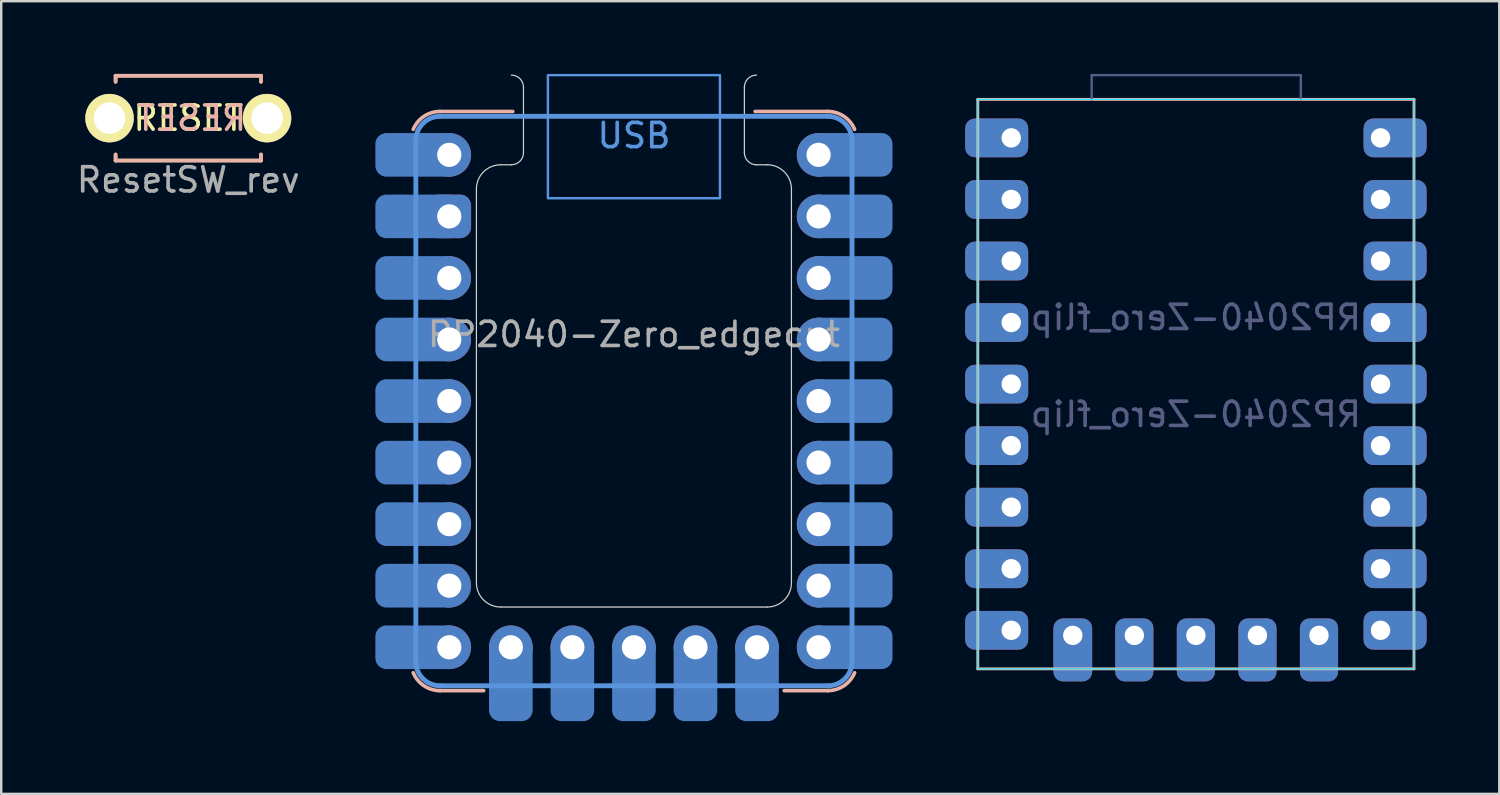
<source format=kicad_pcb>
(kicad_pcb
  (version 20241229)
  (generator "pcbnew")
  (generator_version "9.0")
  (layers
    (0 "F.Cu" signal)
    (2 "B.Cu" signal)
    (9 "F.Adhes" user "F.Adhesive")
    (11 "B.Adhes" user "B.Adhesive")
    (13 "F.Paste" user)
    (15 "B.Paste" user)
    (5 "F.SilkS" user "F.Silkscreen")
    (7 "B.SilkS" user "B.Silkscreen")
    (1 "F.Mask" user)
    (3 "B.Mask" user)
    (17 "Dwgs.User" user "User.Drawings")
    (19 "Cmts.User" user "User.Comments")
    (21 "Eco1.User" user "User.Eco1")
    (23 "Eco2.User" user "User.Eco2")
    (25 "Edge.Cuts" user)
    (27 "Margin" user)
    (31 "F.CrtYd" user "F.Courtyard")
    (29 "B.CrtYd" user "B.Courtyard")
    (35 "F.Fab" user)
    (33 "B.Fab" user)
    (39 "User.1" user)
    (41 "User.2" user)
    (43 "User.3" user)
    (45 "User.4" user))
  (footprint "RP2040-Zero_flip"
    (layer "F.Cu")
    (at 46.3 12.8)
    (property "Reference" "RP2040-Zero_flip" (at 0 -2.75 0) (unlocked yes) (layer "B.Fab") (effects (font (size 1 1) (thickness 0.15)) (justify mirror)))
    (attr through_hole)
    (fp_line (start -9 -11.75) (end 9 -11.75) (stroke (width 0.12) (type solid)) (layer "B.SilkS"))
    (fp_line (start -9 11.75) (end -9 -11.75) (stroke (width 0.12) (type solid)) (layer "B.SilkS"))
    (fp_line (start 9 -11.75) (end 9 11.75) (stroke (width 0.12) (type solid)) (layer "B.SilkS"))
    (fp_line (start 9 11.75) (end -9 11.75) (stroke (width 0.12) (type solid)) (layer "B.SilkS"))
    (fp_line (start -9 -11.75) (end -9 11.75) (stroke (width 0.05) (type solid)) (layer "B.CrtYd"))
    (fp_line (start -9 11.75) (end 9 11.75) (stroke (width 0.05) (type solid)) (layer "B.CrtYd"))
    (fp_line (start 9 -11.75) (end -9 -11.75) (stroke (width 0.05) (type solid)) (layer "B.CrtYd"))
    (fp_line (start 9 11.75) (end 9 -11.75) (stroke (width 0.05) (type solid)) (layer "B.CrtYd"))
    (fp_line (start -4.3 -12.75) (end -4.3 -11.75) (stroke (width 0.1) (type solid)) (layer "B.Fab"))
    (fp_line (start 4.33 -12.75) (end -4.3 -12.75) (stroke (width 0.1) (type solid)) (layer "B.Fab"))
    (fp_line (start 4.33 -12.75) (end 4.33 -11.75) (stroke (width 0.1) (type solid)) (layer "B.Fab"))
    (fp_text user "${REFERENCE}" (at 0 1.25 0) (unlocked yes) (layer "B.Fab") (effects (font (size 1 1) (thickness 0.15)) (justify mirror)))
    (pad "1" thru_hole roundrect (at -7.62 -10.16) (size 2.6 1.6) (drill 0.8 (offset -0.6 0)) (layers "*.Cu" "*.Mask") (roundrect_rratio 0.25))
    (pad "2" thru_hole roundrect (at -7.62 -7.62) (size 2.6 1.6) (drill 0.8 (offset -0.6 0)) (layers "*.Cu" "*.Mask") (roundrect_rratio 0.25))
    (pad "3" thru_hole roundrect (at -7.62 -5.08) (size 2.6 1.6) (drill 0.8 (offset -0.6 0)) (layers "*.Cu" "*.Mask") (roundrect_rratio 0.25))
    (pad "4" thru_hole roundrect (at -7.62 -2.54) (size 2.6 1.6) (drill 0.8 (offset -0.6 0)) (layers "*.Cu" "*.Mask") (roundrect_rratio 0.25))
    (pad "5" thru_hole roundrect (at -7.62 0) (size 2.6 1.6) (drill 0.8 (offset -0.6 0)) (layers "*.Cu" "*.Mask") (roundrect_rratio 0.25))
    (pad "6" thru_hole roundrect (at -7.62 2.54) (size 2.6 1.6) (drill 0.8 (offset -0.6 0)) (layers "*.Cu" "*.Mask") (roundrect_rratio 0.25))
    (pad "7" thru_hole roundrect (at -7.62 5.08) (size 2.6 1.6) (drill 0.8 (offset -0.6 0)) (layers "*.Cu" "*.Mask") (roundrect_rratio 0.25))
    (pad "8" thru_hole roundrect (at -7.62 7.62) (size 2.6 1.6) (drill 0.8 (offset -0.6 0)) (layers "*.Cu" "*.Mask") (roundrect_rratio 0.25))
    (pad "9" thru_hole roundrect (at -7.62 10.16) (size 2.6 1.6) (drill 0.8 (offset -0.6 0)) (layers "*.Cu" "*.Mask") (roundrect_rratio 0.25))
    (pad "10" thru_hole roundrect (at -5.08 10.37) (size 1.6 2.6) (drill 0.8 (offset 0 0.6)) (layers "*.Cu" "*.Mask") (roundrect_rratio 0.25))
    (pad "11" thru_hole roundrect (at -2.54 10.37) (size 1.575 2.6) (drill 0.8 (offset 0 0.6)) (layers "*.Cu" "*.Mask") (roundrect_rratio 0.25))
    (pad "12" thru_hole roundrect (at 0 10.37) (size 1.575 2.6) (drill 0.8 (offset 0 0.6)) (layers "*.Cu" "*.Mask") (roundrect_rratio 0.25))
    (pad "13" thru_hole roundrect (at 2.54 10.37) (size 1.575 2.6) (drill 0.8 (offset 0 0.6)) (layers "*.Cu" "*.Mask") (roundrect_rratio 0.25))
    (pad "14" thru_hole roundrect (at 5.08 10.37) (size 1.575 2.6) (drill 0.8 (offset 0 0.6)) (layers "*.Cu" "*.Mask") (roundrect_rratio 0.25))
    (pad "15" thru_hole roundrect (at 7.62 10.16) (size 2.6 1.6) (drill 0.8 (offset 0.6 0)) (layers "*.Cu" "*.Mask") (roundrect_rratio 0.25))
    (pad "16" thru_hole roundrect (at 7.62 7.62) (size 2.6 1.6) (drill 0.8 (offset 0.6 0)) (layers "*.Cu" "*.Mask") (roundrect_rratio 0.25))
    (pad "17" thru_hole roundrect (at 7.62 5.08) (size 2.6 1.6) (drill 0.8 (offset 0.6 0)) (layers "*.Cu" "*.Mask") (roundrect_rratio 0.25))
    (pad "18" thru_hole roundrect (at 7.62 2.54) (size 2.6 1.6) (drill 0.8 (offset 0.6 0)) (layers "*.Cu" "*.Mask") (roundrect_rratio 0.25))
    (pad "19" thru_hole roundrect (at 7.62 -10.16) (size 2.6 1.6) (drill 0.8 (offset 0.6 0)) (layers "*.Cu" "*.Mask") (roundrect_rratio 0.25))
    (pad "20" thru_hole roundrect (at 7.62 -7.62) (size 2.6 1.6) (drill 0.8 (offset 0.6 0)) (layers "*.Cu" "*.Mask") (roundrect_rratio 0.25))
    (pad "21" thru_hole roundrect (at 7.62 -5.08) (size 2.6 1.6) (drill 0.8 (offset 0.6 0)) (layers "*.Cu" "*.Mask") (roundrect_rratio 0.25))
    (pad "22" thru_hole roundrect (at 7.62 0) (size 2.6 1.6) (drill 0.8 (offset 0.6 0)) (layers "*.Cu" "*.Mask") (roundrect_rratio 0.25))
    (pad "23" thru_hole roundrect (at 7.62 -2.54) (size 2.6 1.6) (drill 0.8 (offset 0.6 0)) (layers "*.Cu" "*.Mask") (roundrect_rratio 0.25)))
  (footprint "ResetSW_rev"
    (layer "F.Cu")
    (at 4.72 1.825)
    (property "Reference" "ResetSW_rev" (at 0 2.55 0) (layer "F.Fab") (effects (font (size 1 1) (thickness 0.15))))
    (attr through_hole)
    (fp_line (start -3 -1.75) (end -3 -1.5) (stroke (width 0.15) (type solid)) (layer "F.SilkS"))
    (fp_line (start -3 -1.75) (end 3 -1.75) (stroke (width 0.15) (type solid)) (layer "F.SilkS"))
    (fp_line (start -3 1.75) (end -3 1.5) (stroke (width 0.15) (type solid)) (layer "F.SilkS"))
    (fp_line (start -3 1.75) (end 3 1.75) (stroke (width 0.15) (type solid)) (layer "F.SilkS"))
    (fp_line (start 3 -1.75) (end 3 -1.5) (stroke (width 0.15) (type solid)) (layer "F.SilkS"))
    (fp_line (start 3 1.75) (end 3 1.5) (stroke (width 0.15) (type solid)) (layer "F.SilkS"))
    (fp_line (start -3 -1.75) (end 3 -1.75) (stroke (width 0.15) (type solid)) (layer "B.SilkS"))
    (fp_line (start -3 -1.5) (end -3 -1.75) (stroke (width 0.15) (type solid)) (layer "B.SilkS"))
    (fp_line (start -3 1.75) (end -3 1.5) (stroke (width 0.15) (type solid)) (layer "B.SilkS"))
    (fp_line (start 3 -1.75) (end 3 -1.5) (stroke (width 0.15) (type solid)) (layer "B.SilkS"))
    (fp_line (start 3 1.5) (end 3 1.75) (stroke (width 0.15) (type solid)) (layer "B.SilkS"))
    (fp_line (start 3 1.75) (end -3 1.75) (stroke (width 0.15) (type solid)) (layer "B.SilkS"))
    (fp_text user "RESET" (at 0 0 0) (layer "F.SilkS") (effects (font (size 1 1) (thickness 0.15))))
    (fp_text user "RESET" (at 0.127 0 0) (layer "B.SilkS") (effects (font (size 1 1) (thickness 0.15)) (justify mirror)))
    (pad "1" thru_hole circle (at 3.25 0) (size 2 2) (drill 1.3) (layers "*.Cu" "*.Mask" "F.SilkS"))
    (pad "2" thru_hole circle (at -3.25 0) (size 2 2) (drill 1.3) (layers "*.Cu" "*.Mask" "F.SilkS")))
  (footprint "RP2040-Zero_edgecut"
    (layer "F.Cu")
    (at 23.11 13.5)
    (property "Reference" "RP2040-Zero_edgecut" (at 0 -2.75 0) (unlocked yes) (layer "F.Fab") (effects (font (size 1 1) (thickness 0.15))))
    (attr through_hole)
    (fp_line (start -8 11.95) (end -6.2 11.95) (stroke (width 0.15) (type default)) (layer "B.SilkS"))
    (fp_line (start -5 -11.95) (end -8 -11.95) (stroke (width 0.15) (type default)) (layer "B.SilkS"))
    (fp_line (start 8 -11.95) (end 5 -11.95) (stroke (width 0.15) (type default)) (layer "B.SilkS"))
    (fp_line (start 8 11.95) (end 6.2 11.95) (stroke (width 0.15) (type default)) (layer "B.SilkS"))
    (fp_arc (start -9.107693 -11.211539) (mid -8.665641 -11.748461) (end -8.000001 -11.950001) (stroke (width 0.15) (type default)) (layer "B.SilkS"))
    (fp_arc (start -8.000001 11.950001) (mid -8.665641 11.748461) (end -9.107693 11.211539) (stroke (width 0.15) (type default)) (layer "B.SilkS"))
    (fp_arc (start 8.000001 -11.950001) (mid 8.665641 -11.748461) (end 9.107693 -11.211539) (stroke (width 0.15) (type default)) (layer "B.SilkS"))
    (fp_arc (start 9.107693 11.211539) (mid 8.665641 11.748461) (end 8.000001 11.950001) (stroke (width 0.15) (type default)) (layer "B.SilkS"))
    (fp_line (start -9 10.75) (end -9 -10.75) (stroke (width 0.2) (type default)) (layer "Cmts.User"))
    (fp_line (start -8 -11.75) (end 8 -11.75) (stroke (width 0.2) (type default)) (layer "Cmts.User"))
    (fp_line (start 8 11.75) (end -8 11.75) (stroke (width 0.2) (type default)) (layer "Cmts.User"))
    (fp_line (start 9 -10.75) (end 9 10.75) (stroke (width 0.2) (type default)) (layer "Cmts.User"))
    (fp_rect (start -3.55 -13.45) (end 3.55 -8.37) (stroke (width 0.1) (type default)) (fill no) (layer "Cmts.User"))
    (fp_arc (start -9 -10.75) (mid -8.707107 -11.457107) (end -8 -11.75) (stroke (width 0.2) (type default)) (layer "Cmts.User"))
    (fp_arc (start -8 11.75) (mid -8.707107 11.457107) (end -9 10.75) (stroke (width 0.2) (type default)) (layer "Cmts.User"))
    (fp_arc (start 8 -11.75) (mid 8.707107 -11.457107) (end 9 -10.75) (stroke (width 0.2) (type default)) (layer "Cmts.User"))
    (fp_arc (start 9 10.75) (mid 8.707107 11.457107) (end 8 11.75) (stroke (width 0.2) (type default)) (layer "Cmts.User"))
    (fp_line (start -6.5 7.5) (end -6.5 -8.75) (stroke (width 0.05) (type default)) (layer "Edge.Cuts"))
    (fp_line (start -5.5 -9.75) (end -5.058 -9.75) (stroke (width 0.05) (type default)) (layer "Edge.Cuts"))
    (fp_line (start -4.558 -10.25) (end -4.558 -12.95) (stroke (width 0.05) (type default)) (layer "Edge.Cuts"))
    (fp_line (start 4.558 -10.25) (end 4.558 -12.95) (stroke (width 0.05) (type default)) (layer "Edge.Cuts"))
    (fp_line (start 5.5 8.5) (end -5.5 8.5) (stroke (width 0.05) (type default)) (layer "Edge.Cuts"))
    (fp_line (start 5.5 -9.75) (end 5.058 -9.75) (stroke (width 0.05) (type default)) (layer "Edge.Cuts"))
    (fp_line (start 6.5 -8.75) (end 6.5 7.5) (stroke (width 0.05) (type default)) (layer "Edge.Cuts"))
    (fp_arc (start -6.5 -8.75) (mid -6.207107 -9.457107) (end -5.5 -9.75) (stroke (width 0.05) (type default)) (layer "Edge.Cuts"))
    (fp_arc (start -5.5 8.5) (mid -6.207107 8.207107) (end -6.5 7.5) (stroke (width 0.05) (type default)) (layer "Edge.Cuts"))
    (fp_arc (start -5.057768 -13.450053) (mid -4.704217 -13.303604) (end -4.557768 -12.950053) (stroke (width 0.05) (type default)) (layer "Edge.Cuts"))
    (fp_arc (start -4.557768 -10.250053) (mid -4.704215 -9.8965) (end -5.057768 -9.750053) (stroke (width 0.05) (type default)) (layer "Edge.Cuts"))
    (fp_arc (start 4.557768 -12.950053) (mid 4.704218 -13.303602) (end 5.057768 -13.450053) (stroke (width 0.05) (type default)) (layer "Edge.Cuts"))
    (fp_arc (start 5.057768 -9.750053) (mid 4.704217 -9.8965) (end 4.557768 -10.250053) (stroke (width 0.05) (type default)) (layer "Edge.Cuts"))
    (fp_arc (start 5.5 -9.75) (mid 6.207107 -9.457107) (end 6.5 -8.75) (stroke (width 0.05) (type default)) (layer "Edge.Cuts"))
    (fp_arc (start 6.5 7.5) (mid 6.207107 8.207107) (end 5.5 8.5) (stroke (width 0.05) (type default)) (layer "Edge.Cuts"))
    (fp_text user "USB" (at 0 -10.37 0) (layer "Cmts.User") (effects (font (size 1 1) (thickness 0.15)) (justify bottom)))
    (pad "1" smd roundrect (at -8.92 -10.16) (size 3.5 1.8) (layers "B.Cu" "B.Mask") (roundrect_rratio 0.25))
    (pad "1" thru_hole circle (at -7.62 -10.16) (size 1.8 1.8) (drill 1) (layers "*.Cu" "*.Mask"))
    (pad "2" smd roundrect (at -8.92 -7.62) (size 3.5 1.8) (layers "B.Cu" "B.Mask") (roundrect_rratio 0.25))
    (pad "2" thru_hole roundrect (at -7.62 -7.62) (size 1.8 1.8) (drill 1) (layers "*.Cu" "*.Mask") (roundrect_rratio 0.25))
    (pad "3" smd roundrect (at -8.92 -5.08) (size 3.5 1.8) (layers "B.Cu" "B.Mask") (roundrect_rratio 0.25))
    (pad "3" thru_hole circle (at -7.62 -5.08) (size 1.8 1.8) (drill 1) (layers "*.Cu" "*.Mask"))
    (pad "4" smd roundrect (at -8.92 -2.54) (size 3.5 1.8) (layers "B.Cu" "B.Mask") (roundrect_rratio 0.25))
    (pad "4" thru_hole circle (at -7.62 -2.54) (size 1.8 1.8) (drill 1) (layers "*.Cu" "*.Mask"))
    (pad "5" smd roundrect (at -8.92 0) (size 3.5 1.8) (layers "B.Cu" "B.Mask") (roundrect_rratio 0.25))
    (pad "5" thru_hole circle (at -7.62 0) (size 1.8 1.8) (drill 1) (layers "*.Cu" "*.Mask"))
    (pad "6" smd roundrect (at -8.92 2.54) (size 3.5 1.8) (layers "B.Cu" "B.Mask") (roundrect_rratio 0.25))
    (pad "6" thru_hole circle (at -7.62 2.54) (size 1.8 1.8) (drill 1) (layers "*.Cu" "*.Mask"))
    (pad "7" smd roundrect (at -8.92 5.08) (size 3.5 1.8) (layers "B.Cu" "B.Mask") (roundrect_rratio 0.25))
    (pad "7" thru_hole circle (at -7.62 5.08) (size 1.8 1.8) (drill 1) (layers "*.Cu" "*.Mask"))
    (pad "8" smd roundrect (at -8.92 7.62) (size 3.5 1.8) (layers "B.Cu" "B.Mask") (roundrect_rratio 0.25))
    (pad "8" thru_hole circle (at -7.62 7.62) (size 1.8 1.8) (drill 1) (layers "*.Cu" "*.Mask"))
    (pad "9" smd roundrect (at -8.92 10.16) (size 3.5 1.8) (layers "B.Cu" "B.Mask") (roundrect_rratio 0.25))
    (pad "9" thru_hole circle (at -7.62 10.16) (size 1.8 1.8) (drill 1) (layers "*.Cu" "*.Mask"))
    (pad "10" thru_hole circle (at 7.62 -10.16 180) (size 1.8 1.8) (drill 1) (layers "*.Cu" "*.Mask"))
    (pad "10" smd roundrect (at 8.92 -10.16 180) (size 3.5 1.8) (layers "B.Cu" "B.Mask") (roundrect_rratio 0.25))
    (pad "11" thru_hole circle (at 7.62 -7.62 180) (size 1.8 1.8) (drill 1) (layers "*.Cu" "*.Mask"))
    (pad "11" smd roundrect (at 8.92 -7.62 180) (size 3.5 1.8) (layers "B.Cu" "B.Mask") (roundrect_rratio 0.25))
    (pad "12" thru_hole circle (at 7.62 -5.08 180) (size 1.8 1.8) (drill 1) (layers "*.Cu" "*.Mask"))
    (pad "12" smd roundrect (at 8.92 -5.08 180) (size 3.5 1.8) (layers "B.Cu" "B.Mask") (roundrect_rratio 0.25))
    (pad "13" thru_hole circle (at 7.62 -2.54) (size 1.8 1.8) (drill 1) (layers "*.Cu" "*.Mask"))
    (pad "13" smd roundrect (at 8.92 -2.54) (size 3.5 1.8) (layers "B.Cu" "B.Mask") (roundrect_rratio 0.25))
    (pad "14" thru_hole circle (at 7.62 0) (size 1.8 1.8) (drill 1) (layers "*.Cu" "*.Mask"))
    (pad "14" smd roundrect (at 8.92 0) (size 3.5 1.8) (layers "B.Cu" "B.Mask") (roundrect_rratio 0.25))
    (pad "15" thru_hole circle (at 7.62 2.54) (size 1.8 1.8) (drill 1) (layers "*.Cu" "*.Mask"))
    (pad "15" smd roundrect (at 8.92 2.54) (size 3.5 1.8) (layers "B.Cu" "B.Mask") (roundrect_rratio 0.25))
    (pad "16" thru_hole circle (at 7.62 5.08) (size 1.8 1.8) (drill 1) (layers "*.Cu" "*.Mask"))
    (pad "16" smd roundrect (at 8.92 5.08) (size 3.5 1.8) (layers "B.Cu" "B.Mask") (roundrect_rratio 0.25))
    (pad "17" thru_hole circle (at 7.62 7.62) (size 1.8 1.8) (drill 1) (layers "*.Cu" "*.Mask"))
    (pad "17" smd roundrect (at 8.92 7.62) (size 3.5 1.8) (layers "B.Cu" "B.Mask") (roundrect_rratio 0.25))
    (pad "18" thru_hole circle (at 7.62 10.16) (size 1.8 1.8) (drill 1) (layers "*.Cu" "*.Mask"))
    (pad "18" smd roundrect (at 8.92 10.16) (size 3.5 1.8) (layers "B.Cu" "B.Mask") (roundrect_rratio 0.25))
    (pad "19" thru_hole circle (at -5.08 10.16 270) (size 1.8 1.8) (drill 1) (layers "*.Cu" "*.Mask"))
    (pad "19" smd roundrect (at -5.08 11.46 270) (size 3.5 1.8) (layers "B.Cu" "B.Mask") (roundrect_rratio 0.25))
    (pad "20" thru_hole circle (at -2.54 10.16 270) (size 1.8 1.8) (drill 1) (layers "*.Cu" "*.Mask"))
    (pad "20" smd roundrect (at -2.54 11.46 270) (size 3.5 1.8) (layers "B.Cu" "B.Mask") (roundrect_rratio 0.25))
    (pad "21" thru_hole circle (at 0 10.16 270) (size 1.8 1.8) (drill 1) (layers "*.Cu" "*.Mask"))
    (pad "21" smd roundrect (at 0 11.46 270) (size 3.5 1.8) (layers "B.Cu" "B.Mask") (roundrect_rratio 0.25))
    (pad "22" thru_hole circle (at 2.54 10.16 270) (size 1.8 1.8) (drill 1) (layers "*.Cu" "*.Mask"))
    (pad "22" smd roundrect (at 2.54 11.46 270) (size 3.5 1.8) (layers "B.Cu" "B.Mask") (roundrect_rratio 0.25))
    (pad "23" thru_hole circle (at 5.08 10.16 270) (size 1.8 1.8) (drill 1) (layers "*.Cu" "*.Mask"))
    (pad "23" smd roundrect (at 5.08 11.46 270) (size 3.5 1.8) (layers "B.Cu" "B.Mask") (roundrect_rratio 0.25)))
  (gr_rect
    (start -3 -3)
    (end 58.82 29.71)
    (stroke (width 0.1) (type default))
    (fill no)
    (layer "Edge.Cuts")))
</source>
